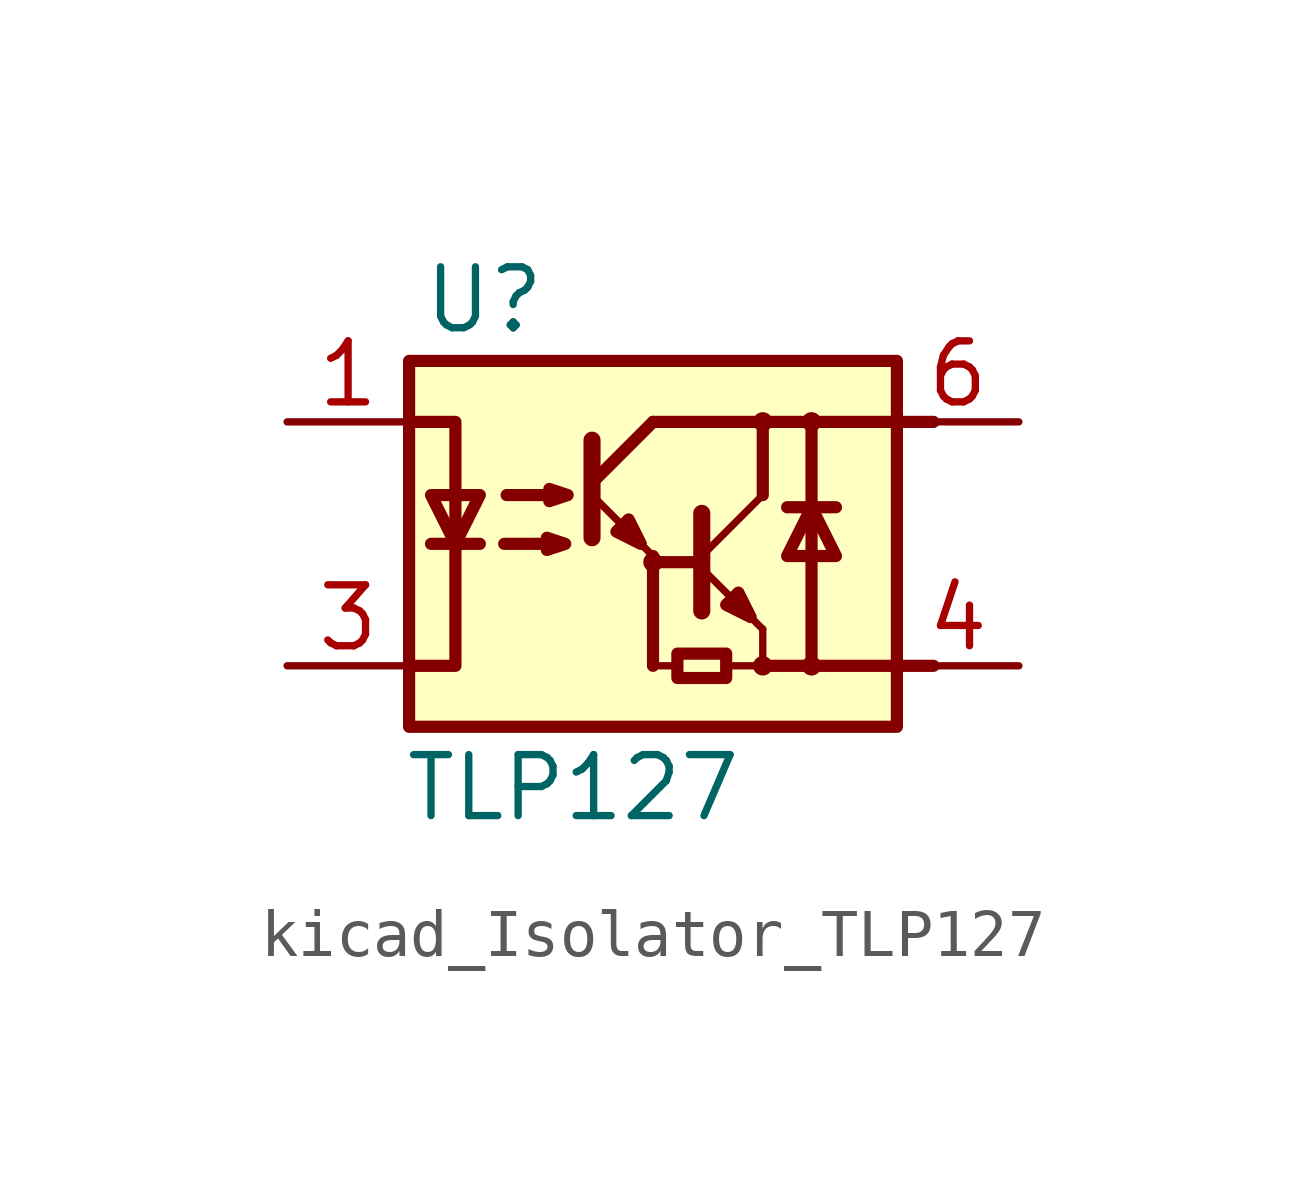
<source format=kicad_sym>
(kicad_symbol_lib
  (version 20220914)
  (generator kicad_symbol_editor)
  (symbol "kicad_Isolator_TLP127"
    (pin_names
      (offset 1.016))
    (property "Reference" "U"
      (at -4.826 5.08 0)
      (effects (font (size 1.27 1.27)) (justify left)))
    (property "Value" "TLP127"
      (at -5.207 -5.08 0)
      (effects (font (size 1.27 1.27)) (justify left)))
    (symbol "kicad_Isolator_TLP127_0_1"
      (rectangle (start -5.08 3.81) (end 5.08 -3.81) (stroke (width 0.254) (type default)) (fill (type background)))
      (rectangle (start 0 -2.54) (end 0.508 -2.54) (stroke (width 0) (type default)) (fill (type none)))
      (circle (center 0 -0.381) (radius 0.127) (stroke (width 0) (type default)) (fill (type none)))
      (rectangle (start 0 -0.254) (end 0 -2.54) (stroke (width 0.254) (type default)) (fill (type none)))
      (polyline (pts (xy -4.623 0) (xy -3.607 0)) (stroke (width 0.254) (type default)) (fill (type none)))
      (polyline (pts (xy -1.27 1.016) (xy 0 -0.254)) (stroke (width 0) (type default)) (fill (type none)))
      (polyline (pts (xy -1.27 1.27) (xy 0 2.54)) (stroke (width 0.254) (type default)) (fill (type none)))
      (polyline (pts (xy -1.27 2.159) (xy -1.27 0.127)) (stroke (width 0.356) (type default)) (fill (type none)))
      (polyline (pts (xy 0 2.54) (xy 5.842 2.54)) (stroke (width 0.254) (type default)) (fill (type none)))
      (polyline (pts (xy 1.016 -0.508) (xy 2.286 -1.778)) (stroke (width 0) (type default)) (fill (type none)))
      (polyline (pts (xy 1.016 -0.381) (xy 0 -0.381)) (stroke (width 0.254) (type default)) (fill (type none)))
      (polyline (pts (xy 1.016 -0.254) (xy 2.286 1.016)) (stroke (width 0) (type default)) (fill (type none)))
      (polyline (pts (xy 2.286 -2.54) (xy 5.842 -2.54)) (stroke (width 0.254) (type default)) (fill (type none)))
      (polyline (pts (xy 2.286 -1.778) (xy 2.286 -2.54)) (stroke (width 0) (type default)) (fill (type none)))
      (polyline (pts (xy 2.286 1.016) (xy 2.286 2.54)) (stroke (width 0.254) (type default)) (fill (type none)))
      (polyline (pts (xy 2.794 0.762) (xy 3.81 0.762)) (stroke (width 0.254) (type default)) (fill (type none)))
      (polyline (pts (xy 3.302 -2.54) (xy 3.302 2.54)) (stroke (width 0.254) (type default)) (fill (type none)))
      (polyline (pts (xy 3.302 0.635) (xy 3.302 2.54)) (stroke (width 0) (type default)) (fill (type none)))
      (polyline (pts (xy 1.016 0.635) (xy 1.016 -1.397) (xy 1.016 -1.397)) (stroke (width 0.356) (type default)) (fill (type none)))
      (polyline (pts (xy -5.08 2.54) (xy -4.115 2.54) (xy -4.115 -2.54) (xy -5.08 -2.54)) (stroke (width 0.254) (type default)) (fill (type none)))
      (polyline (pts (xy -4.115 0) (xy -3.607 1.016) (xy -4.623 1.016) (xy -4.115 0)) (stroke (width 0.254) (type default)) (fill (type none)))
      (polyline (pts (xy -0.254 0) (xy -0.508 0.508) (xy -0.762 0.254) (xy -0.254 0)) (stroke (width 0.254) (type default)) (fill (type none)))
      (polyline (pts (xy 2.032 -1.524) (xy 1.778 -1.016) (xy 1.524 -1.27) (xy 2.032 -1.524)) (stroke (width 0.254) (type default)) (fill (type none)))
      (polyline (pts (xy 3.302 0.762) (xy 2.794 -0.254) (xy 3.81 -0.254) (xy 3.302 0.762)) (stroke (width 0.254) (type default)) (fill (type none)))
      (polyline (pts (xy -3.099 0) (xy -1.829 0) (xy -2.21 -0.127) (xy -2.21 0.127) (xy -1.829 0)) (stroke (width 0.254) (type default)) (fill (type none)))
      (polyline (pts (xy -3.048 1.016) (xy -1.778 1.016) (xy -2.159 0.889) (xy -2.159 1.143) (xy -1.778 1.016)) (stroke (width 0.254) (type default)) (fill (type none)))
      (rectangle (start 0.508 -2.286) (end 1.524 -2.794) (stroke (width 0.254) (type default)) (fill (type none)))
      (rectangle (start 1.524 -2.54) (end 2.286 -2.54) (stroke (width 0) (type default)) (fill (type none)))
      (circle (center 2.286 -2.54) (radius 0.127) (stroke (width 0) (type default)) (fill (type none)))
      (circle (center 2.286 2.54) (radius 0.127) (stroke (width 0) (type default)) (fill (type none)))
      (circle (center 3.302 -2.54) (radius 0.127) (stroke (width 0) (type default)) (fill (type none)))
      (circle (center 3.302 2.54) (radius 0.127) (stroke (width 0) (type default)) (fill (type none))))
    (symbol "kicad_Isolator_TLP127_1_1"
      (pin passive line (at -7.62 2.54 0) (length 2.54) (name "~" (effects (font (size 1.27 1.27)))) (number "1" (effects (font (size 1.27 1.27)))))
      (pin passive line (at -7.62 -2.54 0) (length 2.54) (name "~" (effects (font (size 1.27 1.27)))) (number "3" (effects (font (size 1.27 1.27)))))
      (pin passive line (at 7.62 -2.54 180) (length 2.54) (name "~" (effects (font (size 1.27 1.27)))) (number "4" (effects (font (size 1.27 1.27)))))
      (pin open_collector line (at 7.62 2.54 180) (length 2.54) (name "~" (effects (font (size 1.27 1.27)))) (number "6" (effects (font (size 1.27 1.27))))))))
</source>
